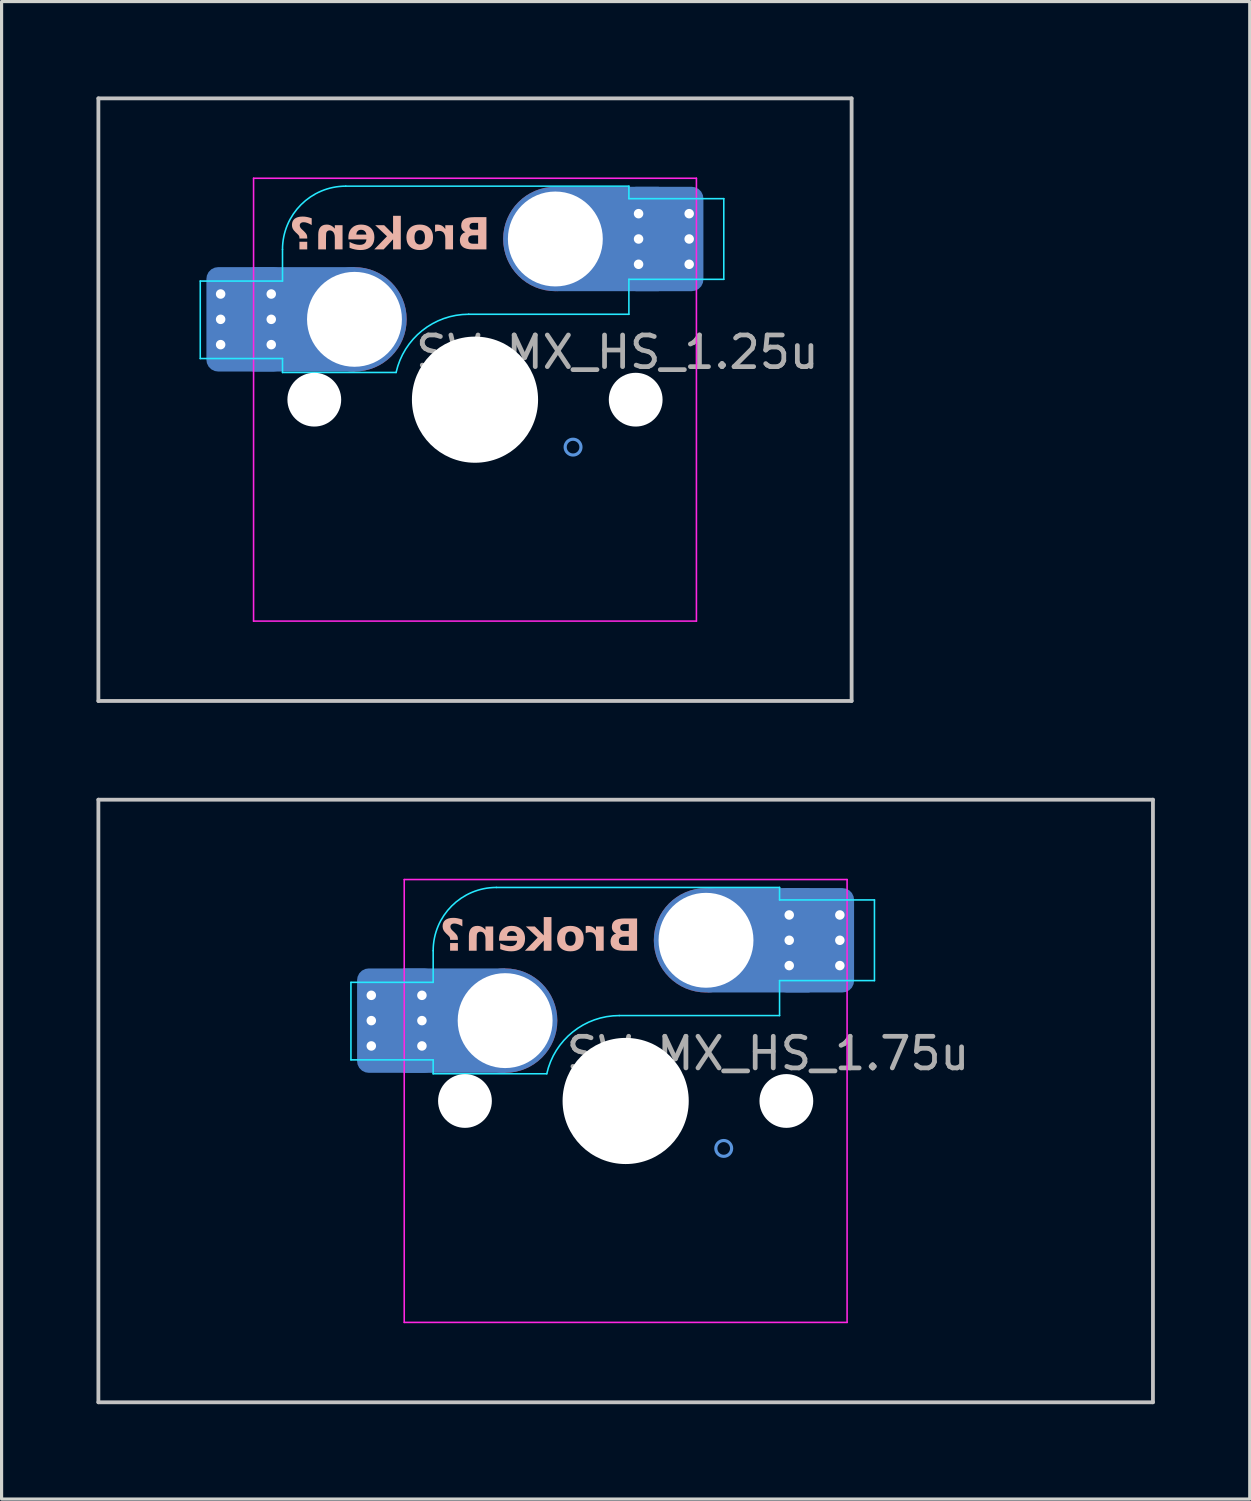
<source format=kicad_pcb>
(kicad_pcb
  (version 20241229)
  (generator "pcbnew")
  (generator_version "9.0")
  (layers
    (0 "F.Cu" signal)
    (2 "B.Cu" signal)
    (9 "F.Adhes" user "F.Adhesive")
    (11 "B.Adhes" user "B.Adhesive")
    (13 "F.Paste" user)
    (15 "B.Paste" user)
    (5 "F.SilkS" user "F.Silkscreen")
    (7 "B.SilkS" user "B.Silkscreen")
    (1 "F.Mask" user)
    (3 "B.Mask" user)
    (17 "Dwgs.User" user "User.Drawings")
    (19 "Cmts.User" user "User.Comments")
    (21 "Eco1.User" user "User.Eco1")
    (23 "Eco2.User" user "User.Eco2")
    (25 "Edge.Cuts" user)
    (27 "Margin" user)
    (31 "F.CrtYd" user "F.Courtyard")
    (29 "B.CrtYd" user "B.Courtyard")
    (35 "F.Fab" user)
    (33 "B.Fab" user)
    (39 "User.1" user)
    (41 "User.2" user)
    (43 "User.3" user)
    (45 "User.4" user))
  (footprint "SW_MX_HS_1.25u"
    (layer "F.Cu")
    (at 11.966 9.585)
    (property "Reference" "SW_MX_HS_1.25u" (at 4.5 -1.5 0) (layer "F.Fab") (effects (font (size 1 1) (thickness 0.15))))
    (attr smd)
    (fp_line (start -11.906 -9.525) (end -11.906 9.525) (stroke (width 0.12) (type solid)) (layer "Dwgs.User"))
    (fp_line (start -11.906 9.525) (end 11.906 9.525) (stroke (width 0.12) (type solid)) (layer "Dwgs.User"))
    (fp_line (start 11.906 -9.525) (end -11.906 -9.525) (stroke (width 0.12) (type solid)) (layer "Dwgs.User"))
    (fp_line (start 11.906 9.525) (end 11.906 -9.525) (stroke (width 0.12) (type solid)) (layer "Dwgs.User"))
    (fp_circle (center 3.1 1.5) (end 3.35 1.5) (stroke (width 0.1) (type default)) (fill no) (layer "Cmts.User"))
    (fp_line (start -7 6.5) (end -7 -6.5) (stroke (width 0.05) (type solid)) (layer "Eco2.User"))
    (fp_line (start -6.5 -7) (end 6.5 -7) (stroke (width 0.05) (type solid)) (layer "Eco2.User"))
    (fp_line (start 6.5 7) (end -6.5 7) (stroke (width 0.05) (type solid)) (layer "Eco2.User"))
    (fp_line (start 7 -6.5) (end 7 6.5) (stroke (width 0.05) (type solid)) (layer "Eco2.User"))
    (fp_arc (start -7 -6.5) (mid -6.853553 -6.853553) (end -6.5 -7) (stroke (width 0.05) (type solid)) (layer "Eco2.User"))
    (fp_arc (start -6.5 7) (mid -6.853553 6.853553) (end -7 6.5) (stroke (width 0.05) (type solid)) (layer "Eco2.User"))
    (fp_arc (start 6.5 -7) (mid 6.853553 -6.853553) (end 7 -6.5) (stroke (width 0.05) (type solid)) (layer "Eco2.User"))
    (fp_arc (start 6.997236 6.498884) (mid 6.850805 6.852453) (end 6.497236 6.998884) (stroke (width 0.05) (type solid)) (layer "Eco2.User"))
    (fp_line (start -8.685 -3.75) (end -8.685 -1.3) (stroke (width 0.05) (type solid)) (layer "B.CrtYd"))
    (fp_line (start -8.685 -1.3) (end -6.085 -1.3) (stroke (width 0.05) (type solid)) (layer "B.CrtYd"))
    (fp_line (start -6.085 -3.75) (end -8.685 -3.75) (stroke (width 0.05) (type solid)) (layer "B.CrtYd"))
    (fp_line (start -6.085 -3.75) (end -6.085 -4.75) (stroke (width 0.05) (type solid)) (layer "B.CrtYd"))
    (fp_line (start -6.085 -1.3) (end -6.085 -0.86) (stroke (width 0.05) (type solid)) (layer "B.CrtYd"))
    (fp_line (start -6.085 -0.86) (end -2.494 -0.86) (stroke (width 0.05) (type solid)) (layer "B.CrtYd"))
    (fp_line (start -4.085 -6.75) (end 4.865 -6.75) (stroke (width 0.05) (type solid)) (layer "B.CrtYd"))
    (fp_line (start 4.865 -6.75) (end 4.865 -6.355) (stroke (width 0.05) (type solid)) (layer "B.CrtYd"))
    (fp_line (start 4.865 -6.355) (end 7.865 -6.355) (stroke (width 0.05) (type solid)) (layer "B.CrtYd"))
    (fp_line (start 4.865 -3.805) (end 4.865 -2.7) (stroke (width 0.05) (type solid)) (layer "B.CrtYd"))
    (fp_line (start 4.865 -3.805) (end 7.865 -3.805) (stroke (width 0.05) (type solid)) (layer "B.CrtYd"))
    (fp_line (start 4.865 -2.7) (end -0.2 -2.7) (stroke (width 0.05) (type solid)) (layer "B.CrtYd"))
    (fp_line (start 7.865 -3.805) (end 7.865 -6.355) (stroke (width 0.05) (type solid)) (layer "B.CrtYd"))
    (fp_arc (start -6.085176 -4.75022) (mid -5.49939 -6.164434) (end -4.085176 -6.75022) (stroke (width 0.05) (type solid)) (layer "B.CrtYd"))
    (fp_arc (start -2.494322 -0.86022) (mid -1.670503 -2.183399) (end -0.2 -2.70022) (stroke (width 0.05) (type solid)) (layer "B.CrtYd"))
    (fp_line (start -7 -7) (end -7 7) (stroke (width 0.05) (type solid)) (layer "F.CrtYd"))
    (fp_line (start -7 7) (end 7 7) (stroke (width 0.05) (type solid)) (layer "F.CrtYd"))
    (fp_line (start 7 -7) (end -7 -7) (stroke (width 0.05) (type solid)) (layer "F.CrtYd"))
    (fp_line (start 7 7) (end 7 -7) (stroke (width 0.05) (type solid)) (layer "F.CrtYd"))
    (fp_text user "Broken?" (at 0.49 -4.58 0) (unlocked yes) (layer "B.SilkS") (effects (font (face "Hitmo2.0") (size 1 1) (thickness 0.25) (bold yes)) (justify left bottom mirror)))
    (pad "" np_thru_hole circle (at -5.08 0) (size 1.7 1.7) (drill 1.7) (layers "*.Cu" "*.Mask"))
    (pad "" np_thru_hole circle (at 0 0) (size 3.988 3.988) (drill 3.988) (layers "*.Cu" "*.Mask"))
    (pad "" np_thru_hole circle (at 5.08 0) (size 1.7 1.7) (drill 1.7) (layers "*.Cu" "*.Mask"))
    (pad "1" thru_hole circle (at -8.041 -3.34 180) (size 0.6 0.6) (drill 0.3) (layers "*.Cu"))
    (pad "1" thru_hole circle (at -8.041 -2.54 180) (size 0.6 0.6) (drill 0.3) (layers "*.Cu"))
    (pad "1" thru_hole circle (at -8.041 -1.74 180) (size 0.6 0.6) (drill 0.3) (layers "*.Cu"))
    (pad "1" smd roundrect (at -7.241 -2.54 180) (size 2.2 3) (layers "B.Cu" "B.Mask" "B.Paste") (roundrect_rratio 0.114))
    (pad "1" smd roundrect (at -7.241 -2.54 180) (size 2.5 3.3) (layers "B.Cu") (roundrect_rratio 0.148))
    (pad "1" thru_hole circle (at -6.441 -3.34 180) (size 0.6 0.6) (drill 0.3) (layers "*.Cu"))
    (pad "1" thru_hole circle (at -6.441 -2.54 180) (size 0.6 0.6) (drill 0.3) (layers "*.Cu"))
    (pad "1" thru_hole circle (at -6.441 -1.74 180) (size 0.6 0.6) (drill 0.3) (layers "*.Cu"))
    (pad "1" smd rect (at -5.423 -2.54 180) (size 3.226 3.3) (layers "B.Cu"))
    (pad "1" thru_hole circle (at -3.81 -2.54 180) (size 3 3) (drill 3) (layers "*.Cu" "*.Mask"))
    (pad "1" smd circle (at -3.81 -2.54 180) (size 3.3 3.3) (layers "F.Cu"))
    (pad "1" smd circle (at -3.81 -2.54 180) (size 3.3 3.3) (layers "B.Cu"))
    (pad "2" thru_hole circle (at 2.54 -5.08) (size 3 3) (drill 3) (layers "*.Cu" "*.Mask"))
    (pad "2" smd circle (at 2.54 -5.08 180) (size 3.3 3.3) (layers "F.Cu"))
    (pad "2" smd circle (at 2.54 -5.08 180) (size 3.3 3.3) (layers "B.Cu"))
    (pad "2" smd rect (at 4.201 -5.08) (size 3.226 3.3) (layers "B.Cu"))
    (pad "2" thru_hole circle (at 5.171 -5.88) (size 0.6 0.6) (drill 0.3) (layers "*.Cu"))
    (pad "2" thru_hole circle (at 5.171 -5.08) (size 0.6 0.6) (drill 0.3) (layers "*.Cu"))
    (pad "2" thru_hole circle (at 5.171 -4.28) (size 0.6 0.6) (drill 0.3) (layers "*.Cu"))
    (pad "2" smd roundrect (at 5.971 -5.08) (size 2.2 3) (layers "B.Cu" "B.Mask" "B.Paste") (roundrect_rratio 0.114))
    (pad "2" smd roundrect (at 5.971 -5.08) (size 2.5 3.3) (layers "B.Cu") (roundrect_rratio 0.148))
    (pad "2" thru_hole circle (at 6.771 -5.88) (size 0.6 0.6) (drill 0.3) (layers "*.Cu"))
    (pad "2" thru_hole circle (at 6.771 -5.08) (size 0.6 0.6) (drill 0.3) (layers "*.Cu"))
    (pad "2" thru_hole circle (at 6.771 -4.28) (size 0.6 0.6) (drill 0.3) (layers "*.Cu")))
  (footprint "SW_MX_HS_1.75u"
    (layer "F.Cu")
    (at 16.729 31.755)
    (property "Reference" "SW_MX_HS_1.75u" (at 4.5 -1.5 0) (layer "F.Fab") (effects (font (size 1 1) (thickness 0.15))))
    (attr smd)
    (fp_line (start -16.669 -9.525) (end -16.669 9.525) (stroke (width 0.12) (type solid)) (layer "Dwgs.User"))
    (fp_line (start -16.669 9.525) (end 16.669 9.525) (stroke (width 0.12) (type solid)) (layer "Dwgs.User"))
    (fp_line (start 16.669 -9.525) (end -16.669 -9.525) (stroke (width 0.12) (type solid)) (layer "Dwgs.User"))
    (fp_line (start 16.669 9.525) (end 16.669 -9.525) (stroke (width 0.12) (type solid)) (layer "Dwgs.User"))
    (fp_circle (center 3.1 1.5) (end 3.35 1.5) (stroke (width 0.1) (type default)) (fill no) (layer "Cmts.User"))
    (fp_line (start -7 6.5) (end -7 -6.5) (stroke (width 0.05) (type solid)) (layer "Eco2.User"))
    (fp_line (start -6.5 -7) (end 6.5 -7) (stroke (width 0.05) (type solid)) (layer "Eco2.User"))
    (fp_line (start 6.5 7) (end -6.5 7) (stroke (width 0.05) (type solid)) (layer "Eco2.User"))
    (fp_line (start 7 -6.5) (end 7 6.5) (stroke (width 0.05) (type solid)) (layer "Eco2.User"))
    (fp_arc (start -7 -6.5) (mid -6.853553 -6.853553) (end -6.5 -7) (stroke (width 0.05) (type solid)) (layer "Eco2.User"))
    (fp_arc (start -6.5 7) (mid -6.853553 6.853553) (end -7 6.5) (stroke (width 0.05) (type solid)) (layer "Eco2.User"))
    (fp_arc (start 6.5 -7) (mid 6.853553 -6.853553) (end 7 -6.5) (stroke (width 0.05) (type solid)) (layer "Eco2.User"))
    (fp_arc (start 6.997236 6.498884) (mid 6.850805 6.852453) (end 6.497236 6.998884) (stroke (width 0.05) (type solid)) (layer "Eco2.User"))
    (fp_line (start -8.685 -3.75) (end -8.685 -1.3) (stroke (width 0.05) (type solid)) (layer "B.CrtYd"))
    (fp_line (start -8.685 -1.3) (end -6.085 -1.3) (stroke (width 0.05) (type solid)) (layer "B.CrtYd"))
    (fp_line (start -6.085 -3.75) (end -8.685 -3.75) (stroke (width 0.05) (type solid)) (layer "B.CrtYd"))
    (fp_line (start -6.085 -3.75) (end -6.085 -4.75) (stroke (width 0.05) (type solid)) (layer "B.CrtYd"))
    (fp_line (start -6.085 -1.3) (end -6.085 -0.86) (stroke (width 0.05) (type solid)) (layer "B.CrtYd"))
    (fp_line (start -6.085 -0.86) (end -2.494 -0.86) (stroke (width 0.05) (type solid)) (layer "B.CrtYd"))
    (fp_line (start -4.085 -6.75) (end 4.865 -6.75) (stroke (width 0.05) (type solid)) (layer "B.CrtYd"))
    (fp_line (start 4.865 -6.75) (end 4.865 -6.355) (stroke (width 0.05) (type solid)) (layer "B.CrtYd"))
    (fp_line (start 4.865 -6.355) (end 7.865 -6.355) (stroke (width 0.05) (type solid)) (layer "B.CrtYd"))
    (fp_line (start 4.865 -3.805) (end 4.865 -2.7) (stroke (width 0.05) (type solid)) (layer "B.CrtYd"))
    (fp_line (start 4.865 -3.805) (end 7.865 -3.805) (stroke (width 0.05) (type solid)) (layer "B.CrtYd"))
    (fp_line (start 4.865 -2.7) (end -0.2 -2.7) (stroke (width 0.05) (type solid)) (layer "B.CrtYd"))
    (fp_line (start 7.865 -3.805) (end 7.865 -6.355) (stroke (width 0.05) (type solid)) (layer "B.CrtYd"))
    (fp_arc (start -6.085176 -4.75022) (mid -5.49939 -6.164434) (end -4.085176 -6.75022) (stroke (width 0.05) (type solid)) (layer "B.CrtYd"))
    (fp_arc (start -2.494322 -0.86022) (mid -1.670503 -2.183399) (end -0.2 -2.70022) (stroke (width 0.05) (type solid)) (layer "B.CrtYd"))
    (fp_line (start -7 -7) (end -7 7) (stroke (width 0.05) (type solid)) (layer "F.CrtYd"))
    (fp_line (start -7 7) (end 7 7) (stroke (width 0.05) (type solid)) (layer "F.CrtYd"))
    (fp_line (start 7 -7) (end -7 -7) (stroke (width 0.05) (type solid)) (layer "F.CrtYd"))
    (fp_line (start 7 7) (end 7 -7) (stroke (width 0.05) (type solid)) (layer "F.CrtYd"))
    (fp_text user "Broken?" (at 0.49 -4.58 0) (unlocked yes) (layer "B.SilkS") (effects (font (face "Hitmo2.0") (size 1 1) (thickness 0.25) (bold yes)) (justify left bottom mirror)))
    (pad "" np_thru_hole circle (at -5.08 0) (size 1.7 1.7) (drill 1.7) (layers "*.Cu" "*.Mask"))
    (pad "" np_thru_hole circle (at 0 0) (size 3.988 3.988) (drill 3.988) (layers "*.Cu" "*.Mask"))
    (pad "" np_thru_hole circle (at 5.08 0) (size 1.7 1.7) (drill 1.7) (layers "*.Cu" "*.Mask"))
    (pad "1" thru_hole circle (at -8.041 -3.34 180) (size 0.6 0.6) (drill 0.3) (layers "*.Cu"))
    (pad "1" thru_hole circle (at -8.041 -2.54 180) (size 0.6 0.6) (drill 0.3) (layers "*.Cu"))
    (pad "1" thru_hole circle (at -8.041 -1.74 180) (size 0.6 0.6) (drill 0.3) (layers "*.Cu"))
    (pad "1" smd roundrect (at -7.241 -2.54 180) (size 2.2 3) (layers "B.Cu" "B.Mask" "B.Paste") (roundrect_rratio 0.114))
    (pad "1" smd roundrect (at -7.241 -2.54 180) (size 2.5 3.3) (layers "B.Cu") (roundrect_rratio 0.148))
    (pad "1" thru_hole circle (at -6.441 -3.34 180) (size 0.6 0.6) (drill 0.3) (layers "*.Cu"))
    (pad "1" thru_hole circle (at -6.441 -2.54 180) (size 0.6 0.6) (drill 0.3) (layers "*.Cu"))
    (pad "1" thru_hole circle (at -6.441 -1.74 180) (size 0.6 0.6) (drill 0.3) (layers "*.Cu"))
    (pad "1" smd rect (at -5.423 -2.54 180) (size 3.226 3.3) (layers "B.Cu"))
    (pad "1" thru_hole circle (at -3.81 -2.54 180) (size 3 3) (drill 3) (layers "*.Cu" "*.Mask"))
    (pad "1" smd circle (at -3.81 -2.54 180) (size 3.3 3.3) (layers "F.Cu"))
    (pad "1" smd circle (at -3.81 -2.54 180) (size 3.3 3.3) (layers "B.Cu"))
    (pad "2" thru_hole circle (at 2.54 -5.08) (size 3 3) (drill 3) (layers "*.Cu" "*.Mask"))
    (pad "2" smd circle (at 2.54 -5.08 180) (size 3.3 3.3) (layers "F.Cu"))
    (pad "2" smd circle (at 2.54 -5.08 180) (size 3.3 3.3) (layers "B.Cu"))
    (pad "2" smd rect (at 4.201 -5.08) (size 3.226 3.3) (layers "B.Cu"))
    (pad "2" thru_hole circle (at 5.171 -5.88) (size 0.6 0.6) (drill 0.3) (layers "*.Cu"))
    (pad "2" thru_hole circle (at 5.171 -5.08) (size 0.6 0.6) (drill 0.3) (layers "*.Cu"))
    (pad "2" thru_hole circle (at 5.171 -4.28) (size 0.6 0.6) (drill 0.3) (layers "*.Cu"))
    (pad "2" smd roundrect (at 5.971 -5.08) (size 2.2 3) (layers "B.Cu" "B.Mask" "B.Paste") (roundrect_rratio 0.114))
    (pad "2" smd roundrect (at 5.971 -5.08) (size 2.5 3.3) (layers "B.Cu") (roundrect_rratio 0.148))
    (pad "2" thru_hole circle (at 6.771 -5.88) (size 0.6 0.6) (drill 0.3) (layers "*.Cu"))
    (pad "2" thru_hole circle (at 6.771 -5.08) (size 0.6 0.6) (drill 0.3) (layers "*.Cu"))
    (pad "2" thru_hole circle (at 6.771 -4.28) (size 0.6 0.6) (drill 0.3) (layers "*.Cu")))
  (gr_rect
    (start -3 -3)
    (end 36.458 44.34)
    (stroke (width 0.1) (type default))
    (fill no)
    (layer "Edge.Cuts")))
</source>
